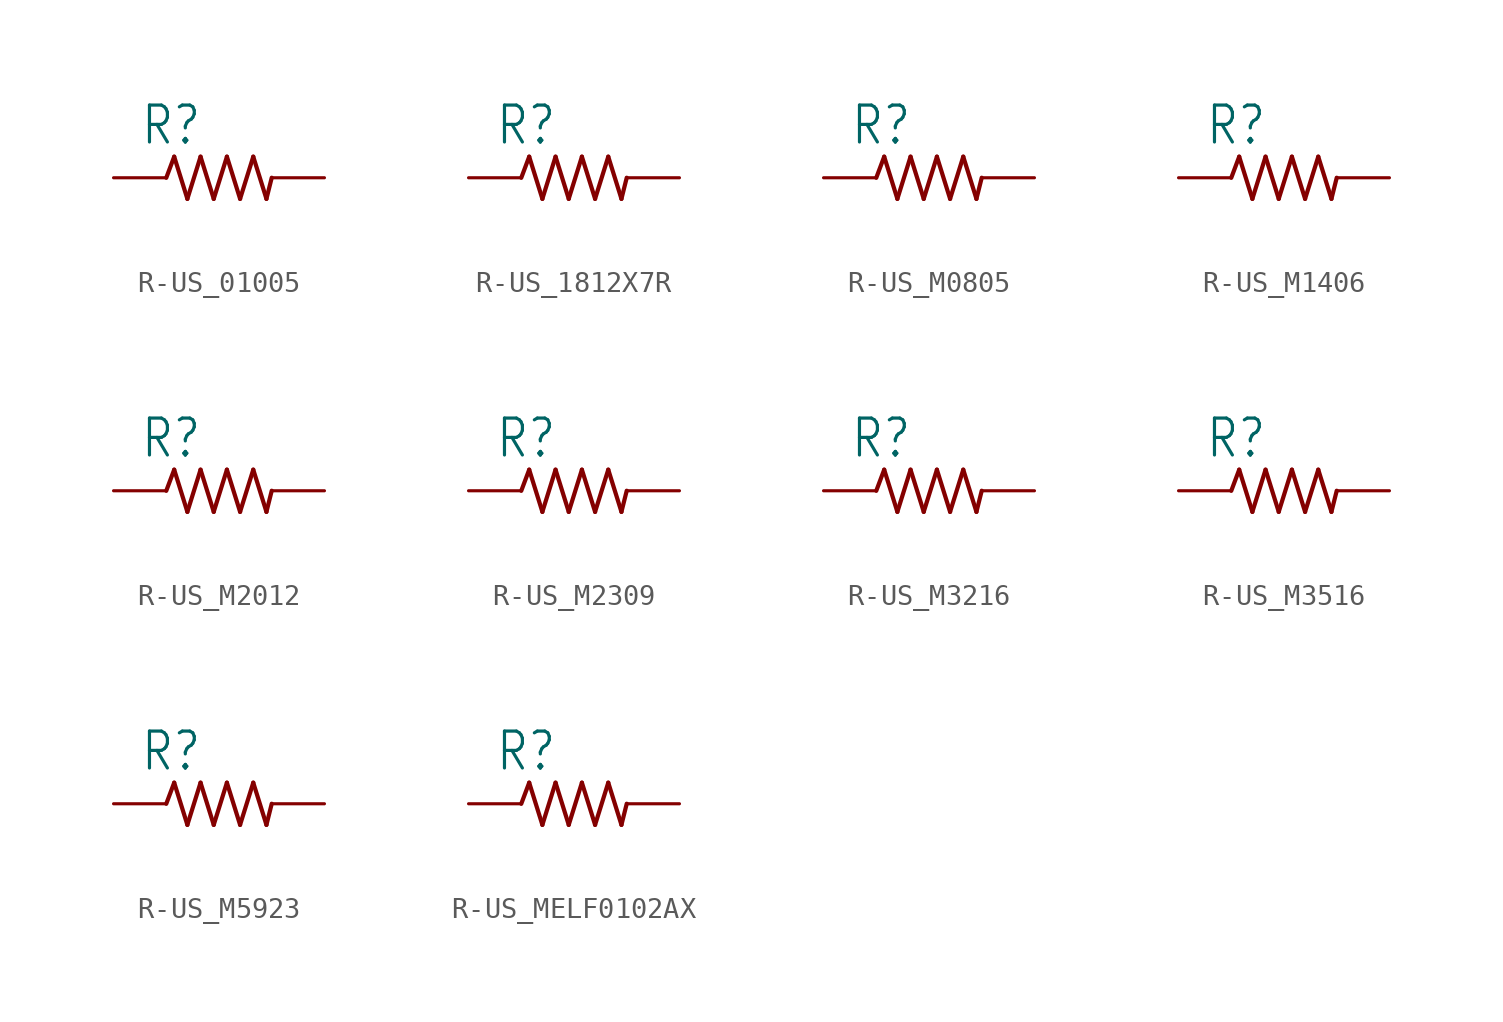
<source format=kicad_sym>
(kicad_symbol_lib
  (version 20220914)
  (generator kicad_symbol_editor)
  (symbol "R-US_01005"
    (property "Reference" "R"
      (at -3.81 1.499 0)
      (effects (font (size 1.778 1.511)) (justify left bottom)))
    (property "Value" ""
      (at -3.81 -3.302 0)
      (effects (font (size 1.778 1.511)) (justify left bottom)))
    (property "ki_locked" ""
      (at 0 0 0)
      (effects (font (size 1.27 1.27))))
    (symbol "R-US_01005_1_0"
      (polyline (pts (xy -2.54 0) (xy -2.159 1.016)) (stroke (width 0.203) (type solid)) (fill (type none)))
      (polyline (pts (xy -2.159 1.016) (xy -1.524 -1.016)) (stroke (width 0.203) (type solid)) (fill (type none)))
      (polyline (pts (xy -1.524 -1.016) (xy -0.889 1.016)) (stroke (width 0.203) (type solid)) (fill (type none)))
      (polyline (pts (xy -0.889 1.016) (xy -0.254 -1.016)) (stroke (width 0.203) (type solid)) (fill (type none)))
      (polyline (pts (xy -0.254 -1.016) (xy 0.381 1.016)) (stroke (width 0.203) (type solid)) (fill (type none)))
      (polyline (pts (xy 0.381 1.016) (xy 1.016 -1.016)) (stroke (width 0.203) (type solid)) (fill (type none)))
      (polyline (pts (xy 1.016 -1.016) (xy 1.651 1.016)) (stroke (width 0.203) (type solid)) (fill (type none)))
      (polyline (pts (xy 1.651 1.016) (xy 2.286 -1.016)) (stroke (width 0.203) (type solid)) (fill (type none)))
      (polyline (pts (xy 2.286 -1.016) (xy 2.54 0)) (stroke (width 0.203) (type solid)) (fill (type none)))
      (pin passive line (at -5.08 0 0) (length 2.54) (name "1" (effects (font (size 0 0)))) (number "1" (effects (font (size 0 0)))))
      (pin passive line (at 5.08 0 180) (length 2.54) (name "2" (effects (font (size 0 0)))) (number "2" (effects (font (size 0 0)))))))
  (symbol "R-US_1812X7R"
    (property "Reference" "R"
      (at -3.81 1.499 0)
      (effects (font (size 1.778 1.511)) (justify left bottom)))
    (property "Value" ""
      (at -3.81 -3.302 0)
      (effects (font (size 1.778 1.511)) (justify left bottom)))
    (property "ki_locked" ""
      (at 0 0 0)
      (effects (font (size 1.27 1.27))))
    (symbol "R-US_1812X7R_1_0"
      (polyline (pts (xy -2.54 0) (xy -2.159 1.016)) (stroke (width 0.203) (type solid)) (fill (type none)))
      (polyline (pts (xy -2.159 1.016) (xy -1.524 -1.016)) (stroke (width 0.203) (type solid)) (fill (type none)))
      (polyline (pts (xy -1.524 -1.016) (xy -0.889 1.016)) (stroke (width 0.203) (type solid)) (fill (type none)))
      (polyline (pts (xy -0.889 1.016) (xy -0.254 -1.016)) (stroke (width 0.203) (type solid)) (fill (type none)))
      (polyline (pts (xy -0.254 -1.016) (xy 0.381 1.016)) (stroke (width 0.203) (type solid)) (fill (type none)))
      (polyline (pts (xy 0.381 1.016) (xy 1.016 -1.016)) (stroke (width 0.203) (type solid)) (fill (type none)))
      (polyline (pts (xy 1.016 -1.016) (xy 1.651 1.016)) (stroke (width 0.203) (type solid)) (fill (type none)))
      (polyline (pts (xy 1.651 1.016) (xy 2.286 -1.016)) (stroke (width 0.203) (type solid)) (fill (type none)))
      (polyline (pts (xy 2.286 -1.016) (xy 2.54 0)) (stroke (width 0.203) (type solid)) (fill (type none)))
      (pin passive line (at -5.08 0 0) (length 2.54) (name "1" (effects (font (size 0 0)))) (number "1" (effects (font (size 0 0)))))
      (pin passive line (at 5.08 0 180) (length 2.54) (name "2" (effects (font (size 0 0)))) (number "2" (effects (font (size 0 0)))))))
  (symbol "R-US_M0805"
    (property "Reference" "R"
      (at -3.81 1.499 0)
      (effects (font (size 1.778 1.511)) (justify left bottom)))
    (property "Value" ""
      (at -3.81 -3.302 0)
      (effects (font (size 1.778 1.511)) (justify left bottom)))
    (property "ki_locked" ""
      (at 0 0 0)
      (effects (font (size 1.27 1.27))))
    (symbol "R-US_M0805_1_0"
      (polyline (pts (xy -2.54 0) (xy -2.159 1.016)) (stroke (width 0.203) (type solid)) (fill (type none)))
      (polyline (pts (xy -2.159 1.016) (xy -1.524 -1.016)) (stroke (width 0.203) (type solid)) (fill (type none)))
      (polyline (pts (xy -1.524 -1.016) (xy -0.889 1.016)) (stroke (width 0.203) (type solid)) (fill (type none)))
      (polyline (pts (xy -0.889 1.016) (xy -0.254 -1.016)) (stroke (width 0.203) (type solid)) (fill (type none)))
      (polyline (pts (xy -0.254 -1.016) (xy 0.381 1.016)) (stroke (width 0.203) (type solid)) (fill (type none)))
      (polyline (pts (xy 0.381 1.016) (xy 1.016 -1.016)) (stroke (width 0.203) (type solid)) (fill (type none)))
      (polyline (pts (xy 1.016 -1.016) (xy 1.651 1.016)) (stroke (width 0.203) (type solid)) (fill (type none)))
      (polyline (pts (xy 1.651 1.016) (xy 2.286 -1.016)) (stroke (width 0.203) (type solid)) (fill (type none)))
      (polyline (pts (xy 2.286 -1.016) (xy 2.54 0)) (stroke (width 0.203) (type solid)) (fill (type none)))
      (pin passive line (at -5.08 0 0) (length 2.54) (name "1" (effects (font (size 0 0)))) (number "1" (effects (font (size 0 0)))))
      (pin passive line (at 5.08 0 180) (length 2.54) (name "2" (effects (font (size 0 0)))) (number "2" (effects (font (size 0 0)))))))
  (symbol "R-US_M1406"
    (property "Reference" "R"
      (at -3.81 1.499 0)
      (effects (font (size 1.778 1.511)) (justify left bottom)))
    (property "Value" ""
      (at -3.81 -3.302 0)
      (effects (font (size 1.778 1.511)) (justify left bottom)))
    (property "ki_locked" ""
      (at 0 0 0)
      (effects (font (size 1.27 1.27))))
    (symbol "R-US_M1406_1_0"
      (polyline (pts (xy -2.54 0) (xy -2.159 1.016)) (stroke (width 0.203) (type solid)) (fill (type none)))
      (polyline (pts (xy -2.159 1.016) (xy -1.524 -1.016)) (stroke (width 0.203) (type solid)) (fill (type none)))
      (polyline (pts (xy -1.524 -1.016) (xy -0.889 1.016)) (stroke (width 0.203) (type solid)) (fill (type none)))
      (polyline (pts (xy -0.889 1.016) (xy -0.254 -1.016)) (stroke (width 0.203) (type solid)) (fill (type none)))
      (polyline (pts (xy -0.254 -1.016) (xy 0.381 1.016)) (stroke (width 0.203) (type solid)) (fill (type none)))
      (polyline (pts (xy 0.381 1.016) (xy 1.016 -1.016)) (stroke (width 0.203) (type solid)) (fill (type none)))
      (polyline (pts (xy 1.016 -1.016) (xy 1.651 1.016)) (stroke (width 0.203) (type solid)) (fill (type none)))
      (polyline (pts (xy 1.651 1.016) (xy 2.286 -1.016)) (stroke (width 0.203) (type solid)) (fill (type none)))
      (polyline (pts (xy 2.286 -1.016) (xy 2.54 0)) (stroke (width 0.203) (type solid)) (fill (type none)))
      (pin passive line (at -5.08 0 0) (length 2.54) (name "1" (effects (font (size 0 0)))) (number "1" (effects (font (size 0 0)))))
      (pin passive line (at 5.08 0 180) (length 2.54) (name "2" (effects (font (size 0 0)))) (number "2" (effects (font (size 0 0)))))))
  (symbol "R-US_M2012"
    (property "Reference" "R"
      (at -3.81 1.499 0)
      (effects (font (size 1.778 1.511)) (justify left bottom)))
    (property "Value" ""
      (at -3.81 -3.302 0)
      (effects (font (size 1.778 1.511)) (justify left bottom)))
    (property "ki_locked" ""
      (at 0 0 0)
      (effects (font (size 1.27 1.27))))
    (symbol "R-US_M2012_1_0"
      (polyline (pts (xy -2.54 0) (xy -2.159 1.016)) (stroke (width 0.203) (type solid)) (fill (type none)))
      (polyline (pts (xy -2.159 1.016) (xy -1.524 -1.016)) (stroke (width 0.203) (type solid)) (fill (type none)))
      (polyline (pts (xy -1.524 -1.016) (xy -0.889 1.016)) (stroke (width 0.203) (type solid)) (fill (type none)))
      (polyline (pts (xy -0.889 1.016) (xy -0.254 -1.016)) (stroke (width 0.203) (type solid)) (fill (type none)))
      (polyline (pts (xy -0.254 -1.016) (xy 0.381 1.016)) (stroke (width 0.203) (type solid)) (fill (type none)))
      (polyline (pts (xy 0.381 1.016) (xy 1.016 -1.016)) (stroke (width 0.203) (type solid)) (fill (type none)))
      (polyline (pts (xy 1.016 -1.016) (xy 1.651 1.016)) (stroke (width 0.203) (type solid)) (fill (type none)))
      (polyline (pts (xy 1.651 1.016) (xy 2.286 -1.016)) (stroke (width 0.203) (type solid)) (fill (type none)))
      (polyline (pts (xy 2.286 -1.016) (xy 2.54 0)) (stroke (width 0.203) (type solid)) (fill (type none)))
      (pin passive line (at -5.08 0 0) (length 2.54) (name "1" (effects (font (size 0 0)))) (number "1" (effects (font (size 0 0)))))
      (pin passive line (at 5.08 0 180) (length 2.54) (name "2" (effects (font (size 0 0)))) (number "2" (effects (font (size 0 0)))))))
  (symbol "R-US_M2309"
    (property "Reference" "R"
      (at -3.81 1.499 0)
      (effects (font (size 1.778 1.511)) (justify left bottom)))
    (property "Value" ""
      (at -3.81 -3.302 0)
      (effects (font (size 1.778 1.511)) (justify left bottom)))
    (property "ki_locked" ""
      (at 0 0 0)
      (effects (font (size 1.27 1.27))))
    (symbol "R-US_M2309_1_0"
      (polyline (pts (xy -2.54 0) (xy -2.159 1.016)) (stroke (width 0.203) (type solid)) (fill (type none)))
      (polyline (pts (xy -2.159 1.016) (xy -1.524 -1.016)) (stroke (width 0.203) (type solid)) (fill (type none)))
      (polyline (pts (xy -1.524 -1.016) (xy -0.889 1.016)) (stroke (width 0.203) (type solid)) (fill (type none)))
      (polyline (pts (xy -0.889 1.016) (xy -0.254 -1.016)) (stroke (width 0.203) (type solid)) (fill (type none)))
      (polyline (pts (xy -0.254 -1.016) (xy 0.381 1.016)) (stroke (width 0.203) (type solid)) (fill (type none)))
      (polyline (pts (xy 0.381 1.016) (xy 1.016 -1.016)) (stroke (width 0.203) (type solid)) (fill (type none)))
      (polyline (pts (xy 1.016 -1.016) (xy 1.651 1.016)) (stroke (width 0.203) (type solid)) (fill (type none)))
      (polyline (pts (xy 1.651 1.016) (xy 2.286 -1.016)) (stroke (width 0.203) (type solid)) (fill (type none)))
      (polyline (pts (xy 2.286 -1.016) (xy 2.54 0)) (stroke (width 0.203) (type solid)) (fill (type none)))
      (pin passive line (at -5.08 0 0) (length 2.54) (name "1" (effects (font (size 0 0)))) (number "1" (effects (font (size 0 0)))))
      (pin passive line (at 5.08 0 180) (length 2.54) (name "2" (effects (font (size 0 0)))) (number "2" (effects (font (size 0 0)))))))
  (symbol "R-US_M3216"
    (property "Reference" "R"
      (at -3.81 1.499 0)
      (effects (font (size 1.778 1.511)) (justify left bottom)))
    (property "Value" ""
      (at -3.81 -3.302 0)
      (effects (font (size 1.778 1.511)) (justify left bottom)))
    (property "ki_locked" ""
      (at 0 0 0)
      (effects (font (size 1.27 1.27))))
    (symbol "R-US_M3216_1_0"
      (polyline (pts (xy -2.54 0) (xy -2.159 1.016)) (stroke (width 0.203) (type solid)) (fill (type none)))
      (polyline (pts (xy -2.159 1.016) (xy -1.524 -1.016)) (stroke (width 0.203) (type solid)) (fill (type none)))
      (polyline (pts (xy -1.524 -1.016) (xy -0.889 1.016)) (stroke (width 0.203) (type solid)) (fill (type none)))
      (polyline (pts (xy -0.889 1.016) (xy -0.254 -1.016)) (stroke (width 0.203) (type solid)) (fill (type none)))
      (polyline (pts (xy -0.254 -1.016) (xy 0.381 1.016)) (stroke (width 0.203) (type solid)) (fill (type none)))
      (polyline (pts (xy 0.381 1.016) (xy 1.016 -1.016)) (stroke (width 0.203) (type solid)) (fill (type none)))
      (polyline (pts (xy 1.016 -1.016) (xy 1.651 1.016)) (stroke (width 0.203) (type solid)) (fill (type none)))
      (polyline (pts (xy 1.651 1.016) (xy 2.286 -1.016)) (stroke (width 0.203) (type solid)) (fill (type none)))
      (polyline (pts (xy 2.286 -1.016) (xy 2.54 0)) (stroke (width 0.203) (type solid)) (fill (type none)))
      (pin passive line (at -5.08 0 0) (length 2.54) (name "1" (effects (font (size 0 0)))) (number "1" (effects (font (size 0 0)))))
      (pin passive line (at 5.08 0 180) (length 2.54) (name "2" (effects (font (size 0 0)))) (number "2" (effects (font (size 0 0)))))))
  (symbol "R-US_M3516"
    (property "Reference" "R"
      (at -3.81 1.499 0)
      (effects (font (size 1.778 1.511)) (justify left bottom)))
    (property "Value" ""
      (at -3.81 -3.302 0)
      (effects (font (size 1.778 1.511)) (justify left bottom)))
    (property "ki_locked" ""
      (at 0 0 0)
      (effects (font (size 1.27 1.27))))
    (symbol "R-US_M3516_1_0"
      (polyline (pts (xy -2.54 0) (xy -2.159 1.016)) (stroke (width 0.203) (type solid)) (fill (type none)))
      (polyline (pts (xy -2.159 1.016) (xy -1.524 -1.016)) (stroke (width 0.203) (type solid)) (fill (type none)))
      (polyline (pts (xy -1.524 -1.016) (xy -0.889 1.016)) (stroke (width 0.203) (type solid)) (fill (type none)))
      (polyline (pts (xy -0.889 1.016) (xy -0.254 -1.016)) (stroke (width 0.203) (type solid)) (fill (type none)))
      (polyline (pts (xy -0.254 -1.016) (xy 0.381 1.016)) (stroke (width 0.203) (type solid)) (fill (type none)))
      (polyline (pts (xy 0.381 1.016) (xy 1.016 -1.016)) (stroke (width 0.203) (type solid)) (fill (type none)))
      (polyline (pts (xy 1.016 -1.016) (xy 1.651 1.016)) (stroke (width 0.203) (type solid)) (fill (type none)))
      (polyline (pts (xy 1.651 1.016) (xy 2.286 -1.016)) (stroke (width 0.203) (type solid)) (fill (type none)))
      (polyline (pts (xy 2.286 -1.016) (xy 2.54 0)) (stroke (width 0.203) (type solid)) (fill (type none)))
      (pin passive line (at -5.08 0 0) (length 2.54) (name "1" (effects (font (size 0 0)))) (number "1" (effects (font (size 0 0)))))
      (pin passive line (at 5.08 0 180) (length 2.54) (name "2" (effects (font (size 0 0)))) (number "2" (effects (font (size 0 0)))))))
  (symbol "R-US_M5923"
    (property "Reference" "R"
      (at -3.81 1.499 0)
      (effects (font (size 1.778 1.511)) (justify left bottom)))
    (property "Value" ""
      (at -3.81 -3.302 0)
      (effects (font (size 1.778 1.511)) (justify left bottom)))
    (property "ki_locked" ""
      (at 0 0 0)
      (effects (font (size 1.27 1.27))))
    (symbol "R-US_M5923_1_0"
      (polyline (pts (xy -2.54 0) (xy -2.159 1.016)) (stroke (width 0.203) (type solid)) (fill (type none)))
      (polyline (pts (xy -2.159 1.016) (xy -1.524 -1.016)) (stroke (width 0.203) (type solid)) (fill (type none)))
      (polyline (pts (xy -1.524 -1.016) (xy -0.889 1.016)) (stroke (width 0.203) (type solid)) (fill (type none)))
      (polyline (pts (xy -0.889 1.016) (xy -0.254 -1.016)) (stroke (width 0.203) (type solid)) (fill (type none)))
      (polyline (pts (xy -0.254 -1.016) (xy 0.381 1.016)) (stroke (width 0.203) (type solid)) (fill (type none)))
      (polyline (pts (xy 0.381 1.016) (xy 1.016 -1.016)) (stroke (width 0.203) (type solid)) (fill (type none)))
      (polyline (pts (xy 1.016 -1.016) (xy 1.651 1.016)) (stroke (width 0.203) (type solid)) (fill (type none)))
      (polyline (pts (xy 1.651 1.016) (xy 2.286 -1.016)) (stroke (width 0.203) (type solid)) (fill (type none)))
      (polyline (pts (xy 2.286 -1.016) (xy 2.54 0)) (stroke (width 0.203) (type solid)) (fill (type none)))
      (pin passive line (at -5.08 0 0) (length 2.54) (name "1" (effects (font (size 0 0)))) (number "1" (effects (font (size 0 0)))))
      (pin passive line (at 5.08 0 180) (length 2.54) (name "2" (effects (font (size 0 0)))) (number "2" (effects (font (size 0 0)))))))
  (symbol "R-US_MELF0102AX"
    (property "Reference" "R"
      (at -3.81 1.499 0)
      (effects (font (size 1.778 1.511)) (justify left bottom)))
    (property "Value" ""
      (at -3.81 -3.302 0)
      (effects (font (size 1.778 1.511)) (justify left bottom)))
    (property "ki_locked" ""
      (at 0 0 0)
      (effects (font (size 1.27 1.27))))
    (symbol "R-US_MELF0102AX_1_0"
      (polyline (pts (xy -2.54 0) (xy -2.159 1.016)) (stroke (width 0.203) (type solid)) (fill (type none)))
      (polyline (pts (xy -2.159 1.016) (xy -1.524 -1.016)) (stroke (width 0.203) (type solid)) (fill (type none)))
      (polyline (pts (xy -1.524 -1.016) (xy -0.889 1.016)) (stroke (width 0.203) (type solid)) (fill (type none)))
      (polyline (pts (xy -0.889 1.016) (xy -0.254 -1.016)) (stroke (width 0.203) (type solid)) (fill (type none)))
      (polyline (pts (xy -0.254 -1.016) (xy 0.381 1.016)) (stroke (width 0.203) (type solid)) (fill (type none)))
      (polyline (pts (xy 0.381 1.016) (xy 1.016 -1.016)) (stroke (width 0.203) (type solid)) (fill (type none)))
      (polyline (pts (xy 1.016 -1.016) (xy 1.651 1.016)) (stroke (width 0.203) (type solid)) (fill (type none)))
      (polyline (pts (xy 1.651 1.016) (xy 2.286 -1.016)) (stroke (width 0.203) (type solid)) (fill (type none)))
      (polyline (pts (xy 2.286 -1.016) (xy 2.54 0)) (stroke (width 0.203) (type solid)) (fill (type none)))
      (pin passive line (at -5.08 0 0) (length 2.54) (name "1" (effects (font (size 0 0)))) (number "1" (effects (font (size 0 0)))))
      (pin passive line (at 5.08 0 180) (length 2.54) (name "2" (effects (font (size 0 0)))) (number "2" (effects (font (size 0 0))))))))
</source>
